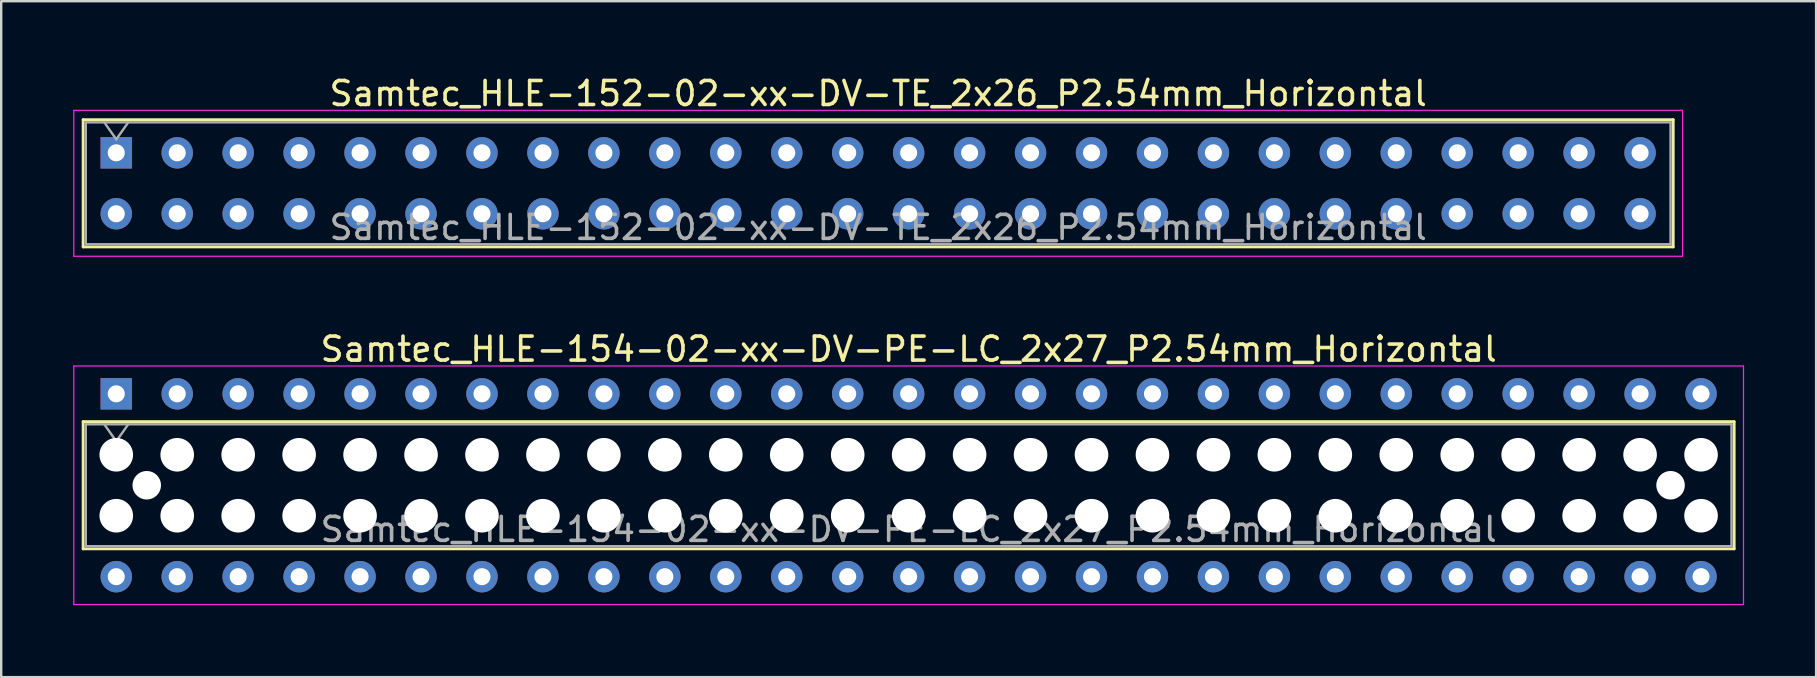
<source format=kicad_pcb>
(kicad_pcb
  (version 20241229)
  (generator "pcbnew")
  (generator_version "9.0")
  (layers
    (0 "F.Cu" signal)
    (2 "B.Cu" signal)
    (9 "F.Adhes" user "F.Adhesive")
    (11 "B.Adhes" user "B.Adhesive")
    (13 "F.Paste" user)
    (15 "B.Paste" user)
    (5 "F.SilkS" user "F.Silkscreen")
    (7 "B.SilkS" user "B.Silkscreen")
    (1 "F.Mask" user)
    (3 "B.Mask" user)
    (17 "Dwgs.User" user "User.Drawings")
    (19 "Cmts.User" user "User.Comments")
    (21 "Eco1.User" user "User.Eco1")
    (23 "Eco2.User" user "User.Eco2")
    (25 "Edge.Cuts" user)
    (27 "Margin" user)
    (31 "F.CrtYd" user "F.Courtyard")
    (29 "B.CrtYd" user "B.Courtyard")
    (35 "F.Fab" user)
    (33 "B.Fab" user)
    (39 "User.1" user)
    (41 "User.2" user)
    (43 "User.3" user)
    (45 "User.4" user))
  (footprint "Samtec_HLE-154-02-xx-DV-PE-LC_2x27_P2.54mm_Horizontal"
    (layer "F.Cu")
    (at 1.795 13.361)
    (property "Reference" "Samtec_HLE-154-02-xx-DV-PE-LC_2x27_P2.54mm_Horizontal" (at 33.02 -1.86 0) (layer "F.SilkS") (effects (font (size 1 1) (thickness 0.15))))
    (attr through_hole)
    (fp_line (start -1.38 1.16) (end 67.42 1.16) (stroke (width 0.12) (type solid)) (layer "F.SilkS"))
    (fp_line (start -1.38 6.46) (end -1.38 1.16) (stroke (width 0.12) (type solid)) (layer "F.SilkS"))
    (fp_line (start 67.42 1.16) (end 67.42 6.46) (stroke (width 0.12) (type solid)) (layer "F.SilkS"))
    (fp_line (start 67.42 6.46) (end -1.38 6.46) (stroke (width 0.12) (type solid)) (layer "F.SilkS"))
    (fp_line (start -1.77 -1.16) (end 67.81 -1.16) (stroke (width 0.05) (type solid)) (layer "F.CrtYd"))
    (fp_line (start -1.77 8.78) (end -1.77 -1.16) (stroke (width 0.05) (type solid)) (layer "F.CrtYd"))
    (fp_line (start 67.81 -1.16) (end 67.81 8.78) (stroke (width 0.05) (type solid)) (layer "F.CrtYd"))
    (fp_line (start 67.81 8.78) (end -1.77 8.78) (stroke (width 0.05) (type solid)) (layer "F.CrtYd"))
    (fp_line (start -1.27 1.27) (end 67.31 1.27) (stroke (width 0.1) (type solid)) (layer "F.Fab"))
    (fp_line (start -1.27 6.35) (end -1.27 1.27) (stroke (width 0.1) (type solid)) (layer "F.Fab"))
    (fp_line (start -0.5 1.27) (end 0 1.977) (stroke (width 0.1) (type solid)) (layer "F.Fab"))
    (fp_line (start 0 1.977) (end 0.5 1.27) (stroke (width 0.1) (type solid)) (layer "F.Fab"))
    (fp_line (start 67.31 1.27) (end 67.31 6.35) (stroke (width 0.1) (type solid)) (layer "F.Fab"))
    (fp_line (start 67.31 6.35) (end -1.27 6.35) (stroke (width 0.1) (type solid)) (layer "F.Fab"))
    (fp_text user "${REFERENCE}" (at 33.02 5.65 0) (layer "F.Fab") (effects (font (size 1 1) (thickness 0.15))))
    (pad "" np_thru_hole circle (at 0 2.54) (size 1.4 1.4) (drill 1.4) (layers "*.Cu" "*.Mask"))
    (pad "" np_thru_hole circle (at 0 5.08) (size 1.4 1.4) (drill 1.4) (layers "*.Cu" "*.Mask"))
    (pad "" np_thru_hole circle (at 1.27 3.81) (size 1.19 1.19) (drill 1.19) (layers "*.Cu" "*.Mask"))
    (pad "" np_thru_hole circle (at 2.54 2.54) (size 1.4 1.4) (drill 1.4) (layers "*.Cu" "*.Mask"))
    (pad "" np_thru_hole circle (at 2.54 5.08) (size 1.4 1.4) (drill 1.4) (layers "*.Cu" "*.Mask"))
    (pad "" np_thru_hole circle (at 5.08 2.54) (size 1.4 1.4) (drill 1.4) (layers "*.Cu" "*.Mask"))
    (pad "" np_thru_hole circle (at 5.08 5.08) (size 1.4 1.4) (drill 1.4) (layers "*.Cu" "*.Mask"))
    (pad "" np_thru_hole circle (at 7.62 2.54) (size 1.4 1.4) (drill 1.4) (layers "*.Cu" "*.Mask"))
    (pad "" np_thru_hole circle (at 7.62 5.08) (size 1.4 1.4) (drill 1.4) (layers "*.Cu" "*.Mask"))
    (pad "" np_thru_hole circle (at 10.16 2.54) (size 1.4 1.4) (drill 1.4) (layers "*.Cu" "*.Mask"))
    (pad "" np_thru_hole circle (at 10.16 5.08) (size 1.4 1.4) (drill 1.4) (layers "*.Cu" "*.Mask"))
    (pad "" np_thru_hole circle (at 12.7 2.54) (size 1.4 1.4) (drill 1.4) (layers "*.Cu" "*.Mask"))
    (pad "" np_thru_hole circle (at 12.7 5.08) (size 1.4 1.4) (drill 1.4) (layers "*.Cu" "*.Mask"))
    (pad "" np_thru_hole circle (at 15.24 2.54) (size 1.4 1.4) (drill 1.4) (layers "*.Cu" "*.Mask"))
    (pad "" np_thru_hole circle (at 15.24 5.08) (size 1.4 1.4) (drill 1.4) (layers "*.Cu" "*.Mask"))
    (pad "" np_thru_hole circle (at 17.78 2.54) (size 1.4 1.4) (drill 1.4) (layers "*.Cu" "*.Mask"))
    (pad "" np_thru_hole circle (at 17.78 5.08) (size 1.4 1.4) (drill 1.4) (layers "*.Cu" "*.Mask"))
    (pad "" np_thru_hole circle (at 20.32 2.54) (size 1.4 1.4) (drill 1.4) (layers "*.Cu" "*.Mask"))
    (pad "" np_thru_hole circle (at 20.32 5.08) (size 1.4 1.4) (drill 1.4) (layers "*.Cu" "*.Mask"))
    (pad "" np_thru_hole circle (at 22.86 2.54) (size 1.4 1.4) (drill 1.4) (layers "*.Cu" "*.Mask"))
    (pad "" np_thru_hole circle (at 22.86 5.08) (size 1.4 1.4) (drill 1.4) (layers "*.Cu" "*.Mask"))
    (pad "" np_thru_hole circle (at 25.4 2.54) (size 1.4 1.4) (drill 1.4) (layers "*.Cu" "*.Mask"))
    (pad "" np_thru_hole circle (at 25.4 5.08) (size 1.4 1.4) (drill 1.4) (layers "*.Cu" "*.Mask"))
    (pad "" np_thru_hole circle (at 27.94 2.54) (size 1.4 1.4) (drill 1.4) (layers "*.Cu" "*.Mask"))
    (pad "" np_thru_hole circle (at 27.94 5.08) (size 1.4 1.4) (drill 1.4) (layers "*.Cu" "*.Mask"))
    (pad "" np_thru_hole circle (at 30.48 2.54) (size 1.4 1.4) (drill 1.4) (layers "*.Cu" "*.Mask"))
    (pad "" np_thru_hole circle (at 30.48 5.08) (size 1.4 1.4) (drill 1.4) (layers "*.Cu" "*.Mask"))
    (pad "" np_thru_hole circle (at 33.02 2.54) (size 1.4 1.4) (drill 1.4) (layers "*.Cu" "*.Mask"))
    (pad "" np_thru_hole circle (at 33.02 5.08) (size 1.4 1.4) (drill 1.4) (layers "*.Cu" "*.Mask"))
    (pad "" np_thru_hole circle (at 35.56 2.54) (size 1.4 1.4) (drill 1.4) (layers "*.Cu" "*.Mask"))
    (pad "" np_thru_hole circle (at 35.56 5.08) (size 1.4 1.4) (drill 1.4) (layers "*.Cu" "*.Mask"))
    (pad "" np_thru_hole circle (at 38.1 2.54) (size 1.4 1.4) (drill 1.4) (layers "*.Cu" "*.Mask"))
    (pad "" np_thru_hole circle (at 38.1 5.08) (size 1.4 1.4) (drill 1.4) (layers "*.Cu" "*.Mask"))
    (pad "" np_thru_hole circle (at 40.64 2.54) (size 1.4 1.4) (drill 1.4) (layers "*.Cu" "*.Mask"))
    (pad "" np_thru_hole circle (at 40.64 5.08) (size 1.4 1.4) (drill 1.4) (layers "*.Cu" "*.Mask"))
    (pad "" np_thru_hole circle (at 43.18 2.54) (size 1.4 1.4) (drill 1.4) (layers "*.Cu" "*.Mask"))
    (pad "" np_thru_hole circle (at 43.18 5.08) (size 1.4 1.4) (drill 1.4) (layers "*.Cu" "*.Mask"))
    (pad "" np_thru_hole circle (at 45.72 2.54) (size 1.4 1.4) (drill 1.4) (layers "*.Cu" "*.Mask"))
    (pad "" np_thru_hole circle (at 45.72 5.08) (size 1.4 1.4) (drill 1.4) (layers "*.Cu" "*.Mask"))
    (pad "" np_thru_hole circle (at 48.26 2.54) (size 1.4 1.4) (drill 1.4) (layers "*.Cu" "*.Mask"))
    (pad "" np_thru_hole circle (at 48.26 5.08) (size 1.4 1.4) (drill 1.4) (layers "*.Cu" "*.Mask"))
    (pad "" np_thru_hole circle (at 50.8 2.54) (size 1.4 1.4) (drill 1.4) (layers "*.Cu" "*.Mask"))
    (pad "" np_thru_hole circle (at 50.8 5.08) (size 1.4 1.4) (drill 1.4) (layers "*.Cu" "*.Mask"))
    (pad "" np_thru_hole circle (at 53.34 2.54) (size 1.4 1.4) (drill 1.4) (layers "*.Cu" "*.Mask"))
    (pad "" np_thru_hole circle (at 53.34 5.08) (size 1.4 1.4) (drill 1.4) (layers "*.Cu" "*.Mask"))
    (pad "" np_thru_hole circle (at 55.88 2.54) (size 1.4 1.4) (drill 1.4) (layers "*.Cu" "*.Mask"))
    (pad "" np_thru_hole circle (at 55.88 5.08) (size 1.4 1.4) (drill 1.4) (layers "*.Cu" "*.Mask"))
    (pad "" np_thru_hole circle (at 58.42 2.54) (size 1.4 1.4) (drill 1.4) (layers "*.Cu" "*.Mask"))
    (pad "" np_thru_hole circle (at 58.42 5.08) (size 1.4 1.4) (drill 1.4) (layers "*.Cu" "*.Mask"))
    (pad "" np_thru_hole circle (at 60.96 2.54) (size 1.4 1.4) (drill 1.4) (layers "*.Cu" "*.Mask"))
    (pad "" np_thru_hole circle (at 60.96 5.08) (size 1.4 1.4) (drill 1.4) (layers "*.Cu" "*.Mask"))
    (pad "" np_thru_hole circle (at 63.5 2.54) (size 1.4 1.4) (drill 1.4) (layers "*.Cu" "*.Mask"))
    (pad "" np_thru_hole circle (at 63.5 5.08) (size 1.4 1.4) (drill 1.4) (layers "*.Cu" "*.Mask"))
    (pad "" np_thru_hole circle (at 64.77 3.81) (size 1.19 1.19) (drill 1.19) (layers "*.Cu" "*.Mask"))
    (pad "" np_thru_hole circle (at 66.04 2.54) (size 1.4 1.4) (drill 1.4) (layers "*.Cu" "*.Mask"))
    (pad "" np_thru_hole circle (at 66.04 5.08) (size 1.4 1.4) (drill 1.4) (layers "*.Cu" "*.Mask"))
    (pad "1" thru_hole rect (at 0 0) (size 1.31 1.31) (drill 0.71) (layers "*.Cu" "*.Mask"))
    (pad "2" thru_hole circle (at 0 7.62) (size 1.31 1.31) (drill 0.71) (layers "*.Cu" "*.Mask"))
    (pad "3" thru_hole circle (at 2.54 0) (size 1.31 1.31) (drill 0.71) (layers "*.Cu" "*.Mask"))
    (pad "4" thru_hole circle (at 2.54 7.62) (size 1.31 1.31) (drill 0.71) (layers "*.Cu" "*.Mask"))
    (pad "5" thru_hole circle (at 5.08 0) (size 1.31 1.31) (drill 0.71) (layers "*.Cu" "*.Mask"))
    (pad "6" thru_hole circle (at 5.08 7.62) (size 1.31 1.31) (drill 0.71) (layers "*.Cu" "*.Mask"))
    (pad "7" thru_hole circle (at 7.62 0) (size 1.31 1.31) (drill 0.71) (layers "*.Cu" "*.Mask"))
    (pad "8" thru_hole circle (at 7.62 7.62) (size 1.31 1.31) (drill 0.71) (layers "*.Cu" "*.Mask"))
    (pad "9" thru_hole circle (at 10.16 0) (size 1.31 1.31) (drill 0.71) (layers "*.Cu" "*.Mask"))
    (pad "10" thru_hole circle (at 10.16 7.62) (size 1.31 1.31) (drill 0.71) (layers "*.Cu" "*.Mask"))
    (pad "11" thru_hole circle (at 12.7 0) (size 1.31 1.31) (drill 0.71) (layers "*.Cu" "*.Mask"))
    (pad "12" thru_hole circle (at 12.7 7.62) (size 1.31 1.31) (drill 0.71) (layers "*.Cu" "*.Mask"))
    (pad "13" thru_hole circle (at 15.24 0) (size 1.31 1.31) (drill 0.71) (layers "*.Cu" "*.Mask"))
    (pad "14" thru_hole circle (at 15.24 7.62) (size 1.31 1.31) (drill 0.71) (layers "*.Cu" "*.Mask"))
    (pad "15" thru_hole circle (at 17.78 0) (size 1.31 1.31) (drill 0.71) (layers "*.Cu" "*.Mask"))
    (pad "16" thru_hole circle (at 17.78 7.62) (size 1.31 1.31) (drill 0.71) (layers "*.Cu" "*.Mask"))
    (pad "17" thru_hole circle (at 20.32 0) (size 1.31 1.31) (drill 0.71) (layers "*.Cu" "*.Mask"))
    (pad "18" thru_hole circle (at 20.32 7.62) (size 1.31 1.31) (drill 0.71) (layers "*.Cu" "*.Mask"))
    (pad "19" thru_hole circle (at 22.86 0) (size 1.31 1.31) (drill 0.71) (layers "*.Cu" "*.Mask"))
    (pad "20" thru_hole circle (at 22.86 7.62) (size 1.31 1.31) (drill 0.71) (layers "*.Cu" "*.Mask"))
    (pad "21" thru_hole circle (at 25.4 0) (size 1.31 1.31) (drill 0.71) (layers "*.Cu" "*.Mask"))
    (pad "22" thru_hole circle (at 25.4 7.62) (size 1.31 1.31) (drill 0.71) (layers "*.Cu" "*.Mask"))
    (pad "23" thru_hole circle (at 27.94 0) (size 1.31 1.31) (drill 0.71) (layers "*.Cu" "*.Mask"))
    (pad "24" thru_hole circle (at 27.94 7.62) (size 1.31 1.31) (drill 0.71) (layers "*.Cu" "*.Mask"))
    (pad "25" thru_hole circle (at 30.48 0) (size 1.31 1.31) (drill 0.71) (layers "*.Cu" "*.Mask"))
    (pad "26" thru_hole circle (at 30.48 7.62) (size 1.31 1.31) (drill 0.71) (layers "*.Cu" "*.Mask"))
    (pad "27" thru_hole circle (at 33.02 0) (size 1.31 1.31) (drill 0.71) (layers "*.Cu" "*.Mask"))
    (pad "28" thru_hole circle (at 33.02 7.62) (size 1.31 1.31) (drill 0.71) (layers "*.Cu" "*.Mask"))
    (pad "29" thru_hole circle (at 35.56 0) (size 1.31 1.31) (drill 0.71) (layers "*.Cu" "*.Mask"))
    (pad "30" thru_hole circle (at 35.56 7.62) (size 1.31 1.31) (drill 0.71) (layers "*.Cu" "*.Mask"))
    (pad "31" thru_hole circle (at 38.1 0) (size 1.31 1.31) (drill 0.71) (layers "*.Cu" "*.Mask"))
    (pad "32" thru_hole circle (at 38.1 7.62) (size 1.31 1.31) (drill 0.71) (layers "*.Cu" "*.Mask"))
    (pad "33" thru_hole circle (at 40.64 0) (size 1.31 1.31) (drill 0.71) (layers "*.Cu" "*.Mask"))
    (pad "34" thru_hole circle (at 40.64 7.62) (size 1.31 1.31) (drill 0.71) (layers "*.Cu" "*.Mask"))
    (pad "35" thru_hole circle (at 43.18 0) (size 1.31 1.31) (drill 0.71) (layers "*.Cu" "*.Mask"))
    (pad "36" thru_hole circle (at 43.18 7.62) (size 1.31 1.31) (drill 0.71) (layers "*.Cu" "*.Mask"))
    (pad "37" thru_hole circle (at 45.72 0) (size 1.31 1.31) (drill 0.71) (layers "*.Cu" "*.Mask"))
    (pad "38" thru_hole circle (at 45.72 7.62) (size 1.31 1.31) (drill 0.71) (layers "*.Cu" "*.Mask"))
    (pad "39" thru_hole circle (at 48.26 0) (size 1.31 1.31) (drill 0.71) (layers "*.Cu" "*.Mask"))
    (pad "40" thru_hole circle (at 48.26 7.62) (size 1.31 1.31) (drill 0.71) (layers "*.Cu" "*.Mask"))
    (pad "41" thru_hole circle (at 50.8 0) (size 1.31 1.31) (drill 0.71) (layers "*.Cu" "*.Mask"))
    (pad "42" thru_hole circle (at 50.8 7.62) (size 1.31 1.31) (drill 0.71) (layers "*.Cu" "*.Mask"))
    (pad "43" thru_hole circle (at 53.34 0) (size 1.31 1.31) (drill 0.71) (layers "*.Cu" "*.Mask"))
    (pad "44" thru_hole circle (at 53.34 7.62) (size 1.31 1.31) (drill 0.71) (layers "*.Cu" "*.Mask"))
    (pad "45" thru_hole circle (at 55.88 0) (size 1.31 1.31) (drill 0.71) (layers "*.Cu" "*.Mask"))
    (pad "46" thru_hole circle (at 55.88 7.62) (size 1.31 1.31) (drill 0.71) (layers "*.Cu" "*.Mask"))
    (pad "47" thru_hole circle (at 58.42 0) (size 1.31 1.31) (drill 0.71) (layers "*.Cu" "*.Mask"))
    (pad "48" thru_hole circle (at 58.42 7.62) (size 1.31 1.31) (drill 0.71) (layers "*.Cu" "*.Mask"))
    (pad "49" thru_hole circle (at 60.96 0) (size 1.31 1.31) (drill 0.71) (layers "*.Cu" "*.Mask"))
    (pad "50" thru_hole circle (at 60.96 7.62) (size 1.31 1.31) (drill 0.71) (layers "*.Cu" "*.Mask"))
    (pad "51" thru_hole circle (at 63.5 0) (size 1.31 1.31) (drill 0.71) (layers "*.Cu" "*.Mask"))
    (pad "52" thru_hole circle (at 63.5 7.62) (size 1.31 1.31) (drill 0.71) (layers "*.Cu" "*.Mask"))
    (pad "53" thru_hole circle (at 66.04 0) (size 1.31 1.31) (drill 0.71) (layers "*.Cu" "*.Mask"))
    (pad "54" thru_hole circle (at 66.04 7.62) (size 1.31 1.31) (drill 0.71) (layers "*.Cu" "*.Mask")))
  (footprint "Samtec_HLE-152-02-xx-DV-TE_2x26_P2.54mm_Horizontal"
    (layer "F.Cu")
    (at 1.795 3.318)
    (property "Reference" "Samtec_HLE-152-02-xx-DV-TE_2x26_P2.54mm_Horizontal" (at 31.75 -2.47 0) (layer "F.SilkS") (effects (font (size 1 1) (thickness 0.15))))
    (attr through_hole)
    (fp_line (start -1.38 -1.38) (end 64.88 -1.38) (stroke (width 0.12) (type solid)) (layer "F.SilkS"))
    (fp_line (start -1.38 3.92) (end -1.38 -1.38) (stroke (width 0.12) (type solid)) (layer "F.SilkS"))
    (fp_line (start 64.88 -1.38) (end 64.88 3.92) (stroke (width 0.12) (type solid)) (layer "F.SilkS"))
    (fp_line (start 64.88 3.92) (end -1.38 3.92) (stroke (width 0.12) (type solid)) (layer "F.SilkS"))
    (fp_line (start -1.77 -1.77) (end 65.27 -1.77) (stroke (width 0.05) (type solid)) (layer "F.CrtYd"))
    (fp_line (start -1.77 4.31) (end -1.77 -1.77) (stroke (width 0.05) (type solid)) (layer "F.CrtYd"))
    (fp_line (start 65.27 -1.77) (end 65.27 4.31) (stroke (width 0.05) (type solid)) (layer "F.CrtYd"))
    (fp_line (start 65.27 4.31) (end -1.77 4.31) (stroke (width 0.05) (type solid)) (layer "F.CrtYd"))
    (fp_line (start -1.27 -1.27) (end 64.77 -1.27) (stroke (width 0.1) (type solid)) (layer "F.Fab"))
    (fp_line (start -1.27 3.81) (end -1.27 -1.27) (stroke (width 0.1) (type solid)) (layer "F.Fab"))
    (fp_line (start -0.5 -1.27) (end 0 -0.563) (stroke (width 0.1) (type solid)) (layer "F.Fab"))
    (fp_line (start 0 -0.563) (end 0.5 -1.27) (stroke (width 0.1) (type solid)) (layer "F.Fab"))
    (fp_line (start 64.77 -1.27) (end 64.77 3.81) (stroke (width 0.1) (type solid)) (layer "F.Fab"))
    (fp_line (start 64.77 3.81) (end -1.27 3.81) (stroke (width 0.1) (type solid)) (layer "F.Fab"))
    (fp_text user "${REFERENCE}" (at 31.75 3.11 0) (layer "F.Fab") (effects (font (size 1 1) (thickness 0.15))))
    (pad "1" thru_hole rect (at 0 0) (size 1.31 1.31) (drill 0.71) (layers "*.Cu" "*.Mask"))
    (pad "2" thru_hole circle (at 0 2.54) (size 1.31 1.31) (drill 0.71) (layers "*.Cu" "*.Mask"))
    (pad "3" thru_hole circle (at 2.54 0) (size 1.31 1.31) (drill 0.71) (layers "*.Cu" "*.Mask"))
    (pad "4" thru_hole circle (at 2.54 2.54) (size 1.31 1.31) (drill 0.71) (layers "*.Cu" "*.Mask"))
    (pad "5" thru_hole circle (at 5.08 0) (size 1.31 1.31) (drill 0.71) (layers "*.Cu" "*.Mask"))
    (pad "6" thru_hole circle (at 5.08 2.54) (size 1.31 1.31) (drill 0.71) (layers "*.Cu" "*.Mask"))
    (pad "7" thru_hole circle (at 7.62 0) (size 1.31 1.31) (drill 0.71) (layers "*.Cu" "*.Mask"))
    (pad "8" thru_hole circle (at 7.62 2.54) (size 1.31 1.31) (drill 0.71) (layers "*.Cu" "*.Mask"))
    (pad "9" thru_hole circle (at 10.16 0) (size 1.31 1.31) (drill 0.71) (layers "*.Cu" "*.Mask"))
    (pad "10" thru_hole circle (at 10.16 2.54) (size 1.31 1.31) (drill 0.71) (layers "*.Cu" "*.Mask"))
    (pad "11" thru_hole circle (at 12.7 0) (size 1.31 1.31) (drill 0.71) (layers "*.Cu" "*.Mask"))
    (pad "12" thru_hole circle (at 12.7 2.54) (size 1.31 1.31) (drill 0.71) (layers "*.Cu" "*.Mask"))
    (pad "13" thru_hole circle (at 15.24 0) (size 1.31 1.31) (drill 0.71) (layers "*.Cu" "*.Mask"))
    (pad "14" thru_hole circle (at 15.24 2.54) (size 1.31 1.31) (drill 0.71) (layers "*.Cu" "*.Mask"))
    (pad "15" thru_hole circle (at 17.78 0) (size 1.31 1.31) (drill 0.71) (layers "*.Cu" "*.Mask"))
    (pad "16" thru_hole circle (at 17.78 2.54) (size 1.31 1.31) (drill 0.71) (layers "*.Cu" "*.Mask"))
    (pad "17" thru_hole circle (at 20.32 0) (size 1.31 1.31) (drill 0.71) (layers "*.Cu" "*.Mask"))
    (pad "18" thru_hole circle (at 20.32 2.54) (size 1.31 1.31) (drill 0.71) (layers "*.Cu" "*.Mask"))
    (pad "19" thru_hole circle (at 22.86 0) (size 1.31 1.31) (drill 0.71) (layers "*.Cu" "*.Mask"))
    (pad "20" thru_hole circle (at 22.86 2.54) (size 1.31 1.31) (drill 0.71) (layers "*.Cu" "*.Mask"))
    (pad "21" thru_hole circle (at 25.4 0) (size 1.31 1.31) (drill 0.71) (layers "*.Cu" "*.Mask"))
    (pad "22" thru_hole circle (at 25.4 2.54) (size 1.31 1.31) (drill 0.71) (layers "*.Cu" "*.Mask"))
    (pad "23" thru_hole circle (at 27.94 0) (size 1.31 1.31) (drill 0.71) (layers "*.Cu" "*.Mask"))
    (pad "24" thru_hole circle (at 27.94 2.54) (size 1.31 1.31) (drill 0.71) (layers "*.Cu" "*.Mask"))
    (pad "25" thru_hole circle (at 30.48 0) (size 1.31 1.31) (drill 0.71) (layers "*.Cu" "*.Mask"))
    (pad "26" thru_hole circle (at 30.48 2.54) (size 1.31 1.31) (drill 0.71) (layers "*.Cu" "*.Mask"))
    (pad "27" thru_hole circle (at 33.02 0) (size 1.31 1.31) (drill 0.71) (layers "*.Cu" "*.Mask"))
    (pad "28" thru_hole circle (at 33.02 2.54) (size 1.31 1.31) (drill 0.71) (layers "*.Cu" "*.Mask"))
    (pad "29" thru_hole circle (at 35.56 0) (size 1.31 1.31) (drill 0.71) (layers "*.Cu" "*.Mask"))
    (pad "30" thru_hole circle (at 35.56 2.54) (size 1.31 1.31) (drill 0.71) (layers "*.Cu" "*.Mask"))
    (pad "31" thru_hole circle (at 38.1 0) (size 1.31 1.31) (drill 0.71) (layers "*.Cu" "*.Mask"))
    (pad "32" thru_hole circle (at 38.1 2.54) (size 1.31 1.31) (drill 0.71) (layers "*.Cu" "*.Mask"))
    (pad "33" thru_hole circle (at 40.64 0) (size 1.31 1.31) (drill 0.71) (layers "*.Cu" "*.Mask"))
    (pad "34" thru_hole circle (at 40.64 2.54) (size 1.31 1.31) (drill 0.71) (layers "*.Cu" "*.Mask"))
    (pad "35" thru_hole circle (at 43.18 0) (size 1.31 1.31) (drill 0.71) (layers "*.Cu" "*.Mask"))
    (pad "36" thru_hole circle (at 43.18 2.54) (size 1.31 1.31) (drill 0.71) (layers "*.Cu" "*.Mask"))
    (pad "37" thru_hole circle (at 45.72 0) (size 1.31 1.31) (drill 0.71) (layers "*.Cu" "*.Mask"))
    (pad "38" thru_hole circle (at 45.72 2.54) (size 1.31 1.31) (drill 0.71) (layers "*.Cu" "*.Mask"))
    (pad "39" thru_hole circle (at 48.26 0) (size 1.31 1.31) (drill 0.71) (layers "*.Cu" "*.Mask"))
    (pad "40" thru_hole circle (at 48.26 2.54) (size 1.31 1.31) (drill 0.71) (layers "*.Cu" "*.Mask"))
    (pad "41" thru_hole circle (at 50.8 0) (size 1.31 1.31) (drill 0.71) (layers "*.Cu" "*.Mask"))
    (pad "42" thru_hole circle (at 50.8 2.54) (size 1.31 1.31) (drill 0.71) (layers "*.Cu" "*.Mask"))
    (pad "43" thru_hole circle (at 53.34 0) (size 1.31 1.31) (drill 0.71) (layers "*.Cu" "*.Mask"))
    (pad "44" thru_hole circle (at 53.34 2.54) (size 1.31 1.31) (drill 0.71) (layers "*.Cu" "*.Mask"))
    (pad "45" thru_hole circle (at 55.88 0) (size 1.31 1.31) (drill 0.71) (layers "*.Cu" "*.Mask"))
    (pad "46" thru_hole circle (at 55.88 2.54) (size 1.31 1.31) (drill 0.71) (layers "*.Cu" "*.Mask"))
    (pad "47" thru_hole circle (at 58.42 0) (size 1.31 1.31) (drill 0.71) (layers "*.Cu" "*.Mask"))
    (pad "48" thru_hole circle (at 58.42 2.54) (size 1.31 1.31) (drill 0.71) (layers "*.Cu" "*.Mask"))
    (pad "49" thru_hole circle (at 60.96 0) (size 1.31 1.31) (drill 0.71) (layers "*.Cu" "*.Mask"))
    (pad "50" thru_hole circle (at 60.96 2.54) (size 1.31 1.31) (drill 0.71) (layers "*.Cu" "*.Mask"))
    (pad "51" thru_hole circle (at 63.5 0) (size 1.31 1.31) (drill 0.71) (layers "*.Cu" "*.Mask"))
    (pad "52" thru_hole circle (at 63.5 2.54) (size 1.31 1.31) (drill 0.71) (layers "*.Cu" "*.Mask")))
  (gr_rect
    (start -3 -3)
    (end 72.63 25.166)
    (stroke (width 0.1) (type default))
    (fill no)
    (layer "Edge.Cuts")))
</source>
